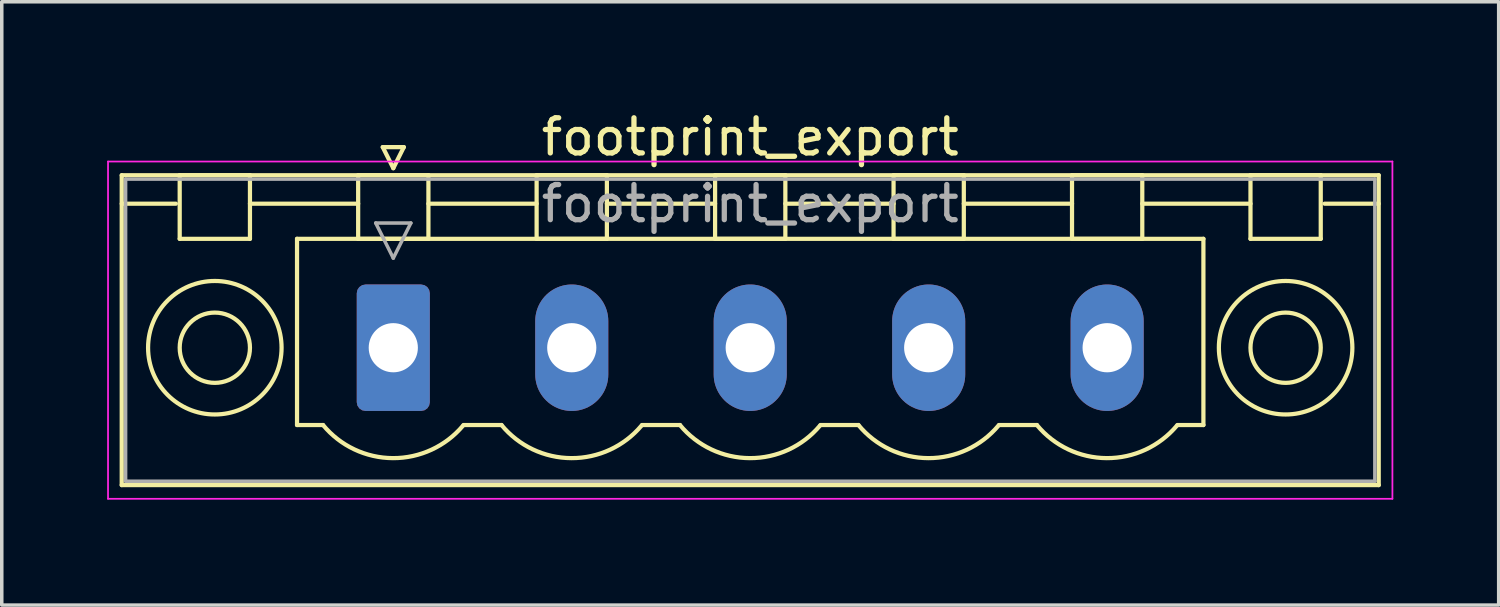
<source format=kicad_pcb>
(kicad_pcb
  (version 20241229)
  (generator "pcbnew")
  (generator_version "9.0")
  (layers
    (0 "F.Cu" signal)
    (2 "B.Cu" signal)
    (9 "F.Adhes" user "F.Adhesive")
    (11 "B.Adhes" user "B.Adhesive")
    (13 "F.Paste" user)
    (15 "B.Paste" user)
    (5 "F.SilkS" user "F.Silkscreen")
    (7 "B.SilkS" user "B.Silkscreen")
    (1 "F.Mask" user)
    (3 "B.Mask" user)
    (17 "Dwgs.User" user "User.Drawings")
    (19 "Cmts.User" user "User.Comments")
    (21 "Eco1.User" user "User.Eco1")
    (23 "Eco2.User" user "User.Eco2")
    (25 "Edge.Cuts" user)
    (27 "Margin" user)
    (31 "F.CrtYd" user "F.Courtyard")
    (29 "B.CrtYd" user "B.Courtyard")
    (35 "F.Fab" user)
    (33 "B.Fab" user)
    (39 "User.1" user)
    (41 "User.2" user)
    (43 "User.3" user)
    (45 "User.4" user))
  (footprint "footprint_export"
    (layer "F.Cu")
    (at 8.145 6.848)
    (property "Reference" "footprint_export" (at 10.16 -6 0) (layer "F.SilkS") (effects (font (size 1 1) (thickness 0.15))))
    (attr through_hole)
    (fp_line (start -7.73 -4.91) (end -7.73 3.91) (stroke (width 0.12) (type solid)) (layer "F.SilkS"))
    (fp_line (start -7.73 -4.1) (end -6.19 -4.1) (stroke (width 0.12) (type solid)) (layer "F.SilkS"))
    (fp_line (start -7.73 3.91) (end 28.05 3.91) (stroke (width 0.12) (type solid)) (layer "F.SilkS"))
    (fp_line (start -6.08 -4.91) (end -4.08 -4.91) (stroke (width 0.12) (type solid)) (layer "F.SilkS"))
    (fp_line (start -6.08 -3.1) (end -6.08 -4.91) (stroke (width 0.12) (type solid)) (layer "F.SilkS"))
    (fp_line (start -4.08 -4.91) (end -4.08 -3.1) (stroke (width 0.12) (type solid)) (layer "F.SilkS"))
    (fp_line (start -4.08 -4.1) (end -1 -4.1) (stroke (width 0.12) (type solid)) (layer "F.SilkS"))
    (fp_line (start -4.08 -3.1) (end -6.08 -3.1) (stroke (width 0.12) (type solid)) (layer "F.SilkS"))
    (fp_line (start -2.74 -3.1) (end 23.06 -3.1) (stroke (width 0.12) (type solid)) (layer "F.SilkS"))
    (fp_line (start -2.74 2.2) (end -2.74 -3.1) (stroke (width 0.12) (type solid)) (layer "F.SilkS"))
    (fp_line (start -2 2.2) (end -2.74 2.2) (stroke (width 0.12) (type solid)) (layer "F.SilkS"))
    (fp_line (start -1 -4.91) (end 1 -4.91) (stroke (width 0.12) (type solid)) (layer "F.SilkS"))
    (fp_line (start -1 -3.1) (end -1 -4.91) (stroke (width 0.12) (type solid)) (layer "F.SilkS"))
    (fp_line (start -0.3 -5.71) (end 0.3 -5.71) (stroke (width 0.12) (type solid)) (layer "F.SilkS"))
    (fp_line (start 0 -5.11) (end -0.3 -5.71) (stroke (width 0.12) (type solid)) (layer "F.SilkS"))
    (fp_line (start 0.3 -5.71) (end 0 -5.11) (stroke (width 0.12) (type solid)) (layer "F.SilkS"))
    (fp_line (start 1 -4.91) (end 1 -3.1) (stroke (width 0.12) (type solid)) (layer "F.SilkS"))
    (fp_line (start 1 -4.1) (end 4.08 -4.1) (stroke (width 0.12) (type solid)) (layer "F.SilkS"))
    (fp_line (start 1 -3.1) (end -1 -3.1) (stroke (width 0.12) (type solid)) (layer "F.SilkS"))
    (fp_line (start 2 2.2) (end 3.08 2.2) (stroke (width 0.12) (type solid)) (layer "F.SilkS"))
    (fp_line (start 4.08 -4.91) (end 6.08 -4.91) (stroke (width 0.12) (type solid)) (layer "F.SilkS"))
    (fp_line (start 4.08 -3.1) (end 4.08 -4.91) (stroke (width 0.12) (type solid)) (layer "F.SilkS"))
    (fp_line (start 6.08 -4.91) (end 6.08 -3.1) (stroke (width 0.12) (type solid)) (layer "F.SilkS"))
    (fp_line (start 6.08 -4.1) (end 9.16 -4.1) (stroke (width 0.12) (type solid)) (layer "F.SilkS"))
    (fp_line (start 6.08 -3.1) (end 4.08 -3.1) (stroke (width 0.12) (type solid)) (layer "F.SilkS"))
    (fp_line (start 7.08 2.2) (end 8.16 2.2) (stroke (width 0.12) (type solid)) (layer "F.SilkS"))
    (fp_line (start 9.16 -4.91) (end 11.16 -4.91) (stroke (width 0.12) (type solid)) (layer "F.SilkS"))
    (fp_line (start 9.16 -3.1) (end 9.16 -4.91) (stroke (width 0.12) (type solid)) (layer "F.SilkS"))
    (fp_line (start 11.16 -4.91) (end 11.16 -3.1) (stroke (width 0.12) (type solid)) (layer "F.SilkS"))
    (fp_line (start 11.16 -4.1) (end 14.24 -4.1) (stroke (width 0.12) (type solid)) (layer "F.SilkS"))
    (fp_line (start 11.16 -3.1) (end 9.16 -3.1) (stroke (width 0.12) (type solid)) (layer "F.SilkS"))
    (fp_line (start 12.16 2.2) (end 13.24 2.2) (stroke (width 0.12) (type solid)) (layer "F.SilkS"))
    (fp_line (start 14.24 -4.91) (end 16.24 -4.91) (stroke (width 0.12) (type solid)) (layer "F.SilkS"))
    (fp_line (start 14.24 -3.1) (end 14.24 -4.91) (stroke (width 0.12) (type solid)) (layer "F.SilkS"))
    (fp_line (start 16.24 -4.91) (end 16.24 -3.1) (stroke (width 0.12) (type solid)) (layer "F.SilkS"))
    (fp_line (start 16.24 -4.1) (end 19.32 -4.1) (stroke (width 0.12) (type solid)) (layer "F.SilkS"))
    (fp_line (start 16.24 -3.1) (end 14.24 -3.1) (stroke (width 0.12) (type solid)) (layer "F.SilkS"))
    (fp_line (start 17.24 2.2) (end 18.32 2.2) (stroke (width 0.12) (type solid)) (layer "F.SilkS"))
    (fp_line (start 19.32 -4.91) (end 21.32 -4.91) (stroke (width 0.12) (type solid)) (layer "F.SilkS"))
    (fp_line (start 19.32 -3.1) (end 19.32 -4.91) (stroke (width 0.12) (type solid)) (layer "F.SilkS"))
    (fp_line (start 21.32 -4.91) (end 21.32 -3.1) (stroke (width 0.12) (type solid)) (layer "F.SilkS"))
    (fp_line (start 21.32 -4.1) (end 24.4 -4.1) (stroke (width 0.12) (type solid)) (layer "F.SilkS"))
    (fp_line (start 21.32 -3.1) (end 19.32 -3.1) (stroke (width 0.12) (type solid)) (layer "F.SilkS"))
    (fp_line (start 23.06 -3.1) (end 23.06 2.2) (stroke (width 0.12) (type solid)) (layer "F.SilkS"))
    (fp_line (start 23.06 2.2) (end 22.32 2.2) (stroke (width 0.12) (type solid)) (layer "F.SilkS"))
    (fp_line (start 24.4 -4.91) (end 26.4 -4.91) (stroke (width 0.12) (type solid)) (layer "F.SilkS"))
    (fp_line (start 24.4 -3.1) (end 24.4 -4.91) (stroke (width 0.12) (type solid)) (layer "F.SilkS"))
    (fp_line (start 26.4 -4.91) (end 26.4 -3.1) (stroke (width 0.12) (type solid)) (layer "F.SilkS"))
    (fp_line (start 26.4 -3.1) (end 24.4 -3.1) (stroke (width 0.12) (type solid)) (layer "F.SilkS"))
    (fp_line (start 28.05 -4.91) (end -7.73 -4.91) (stroke (width 0.12) (type solid)) (layer "F.SilkS"))
    (fp_line (start 28.05 -4.1) (end 26.51 -4.1) (stroke (width 0.12) (type solid)) (layer "F.SilkS"))
    (fp_line (start 28.05 3.91) (end 28.05 -4.91) (stroke (width 0.12) (type solid)) (layer "F.SilkS"))
    (fp_arc (start 1.986842 2.215821) (mid -0.010289 3.142758) (end -2 2.2) (stroke (width 0.12) (type solid)) (layer "F.SilkS"))
    (fp_arc (start 7.066842 2.215821) (mid 5.069711 3.142758) (end 3.08 2.2) (stroke (width 0.12) (type solid)) (layer "F.SilkS"))
    (fp_arc (start 12.146842 2.215821) (mid 10.149711 3.142758) (end 8.16 2.2) (stroke (width 0.12) (type solid)) (layer "F.SilkS"))
    (fp_arc (start 17.226842 2.215821) (mid 15.229711 3.142758) (end 13.24 2.2) (stroke (width 0.12) (type solid)) (layer "F.SilkS"))
    (fp_arc (start 22.306842 2.215821) (mid 20.309711 3.142758) (end 18.32 2.2) (stroke (width 0.12) (type solid)) (layer "F.SilkS"))
    (fp_circle (center -5.08 0) (end -4.08 0) (stroke (width 0.12) (type solid)) (fill no) (layer "F.SilkS"))
    (fp_circle (center -5.08 0) (end -3.18 0) (stroke (width 0.12) (type solid)) (fill no) (layer "F.SilkS"))
    (fp_circle (center 25.4 0) (end 26.4 0) (stroke (width 0.12) (type solid)) (fill no) (layer "F.SilkS"))
    (fp_circle (center 25.4 0) (end 27.3 0) (stroke (width 0.12) (type solid)) (fill no) (layer "F.SilkS"))
    (fp_line (start -8.12 -5.3) (end -8.12 4.3) (stroke (width 0.05) (type solid)) (layer "F.CrtYd"))
    (fp_line (start -8.12 4.3) (end 28.44 4.3) (stroke (width 0.05) (type solid)) (layer "F.CrtYd"))
    (fp_line (start 28.44 -5.3) (end -8.12 -5.3) (stroke (width 0.05) (type solid)) (layer "F.CrtYd"))
    (fp_line (start 28.44 4.3) (end 28.44 -5.3) (stroke (width 0.05) (type solid)) (layer "F.CrtYd"))
    (fp_line (start -7.62 -4.8) (end -7.62 3.8) (stroke (width 0.1) (type solid)) (layer "F.Fab"))
    (fp_line (start -7.62 3.8) (end 27.94 3.8) (stroke (width 0.1) (type solid)) (layer "F.Fab"))
    (fp_line (start -0.5 -3.55) (end 0.5 -3.55) (stroke (width 0.1) (type solid)) (layer "F.Fab"))
    (fp_line (start 0 -2.55) (end -0.5 -3.55) (stroke (width 0.1) (type solid)) (layer "F.Fab"))
    (fp_line (start 0.5 -3.55) (end 0 -2.55) (stroke (width 0.1) (type solid)) (layer "F.Fab"))
    (fp_line (start 27.94 -4.8) (end -7.62 -4.8) (stroke (width 0.1) (type solid)) (layer "F.Fab"))
    (fp_line (start 27.94 3.8) (end 27.94 -4.8) (stroke (width 0.1) (type solid)) (layer "F.Fab"))
    (fp_text user "${REFERENCE}" (at 10.16 -4.1 0) (layer "F.Fab") (effects (font (size 1 1) (thickness 0.15))))
    (pad "1" thru_hole roundrect (at 0 0) (size 2.08 3.6) (drill 1.4) (layers "*.Cu" "*.Mask") (roundrect_rratio 0.12))
    (pad "2" thru_hole oval (at 5.08 0) (size 2.08 3.6) (drill 1.4) (layers "*.Cu" "*.Mask"))
    (pad "3" thru_hole oval (at 10.16 0) (size 2.08 3.6) (drill 1.4) (layers "*.Cu" "*.Mask"))
    (pad "4" thru_hole oval (at 15.24 0) (size 2.08 3.6) (drill 1.4) (layers "*.Cu" "*.Mask"))
    (pad "5" thru_hole oval (at 20.32 0) (size 2.08 3.6) (drill 1.4) (layers "*.Cu" "*.Mask")))
  (gr_rect
    (start -3 -3)
    (end 39.61 14.173)
    (stroke (width 0.1) (type default))
    (fill no)
    (layer "Edge.Cuts")))
</source>
